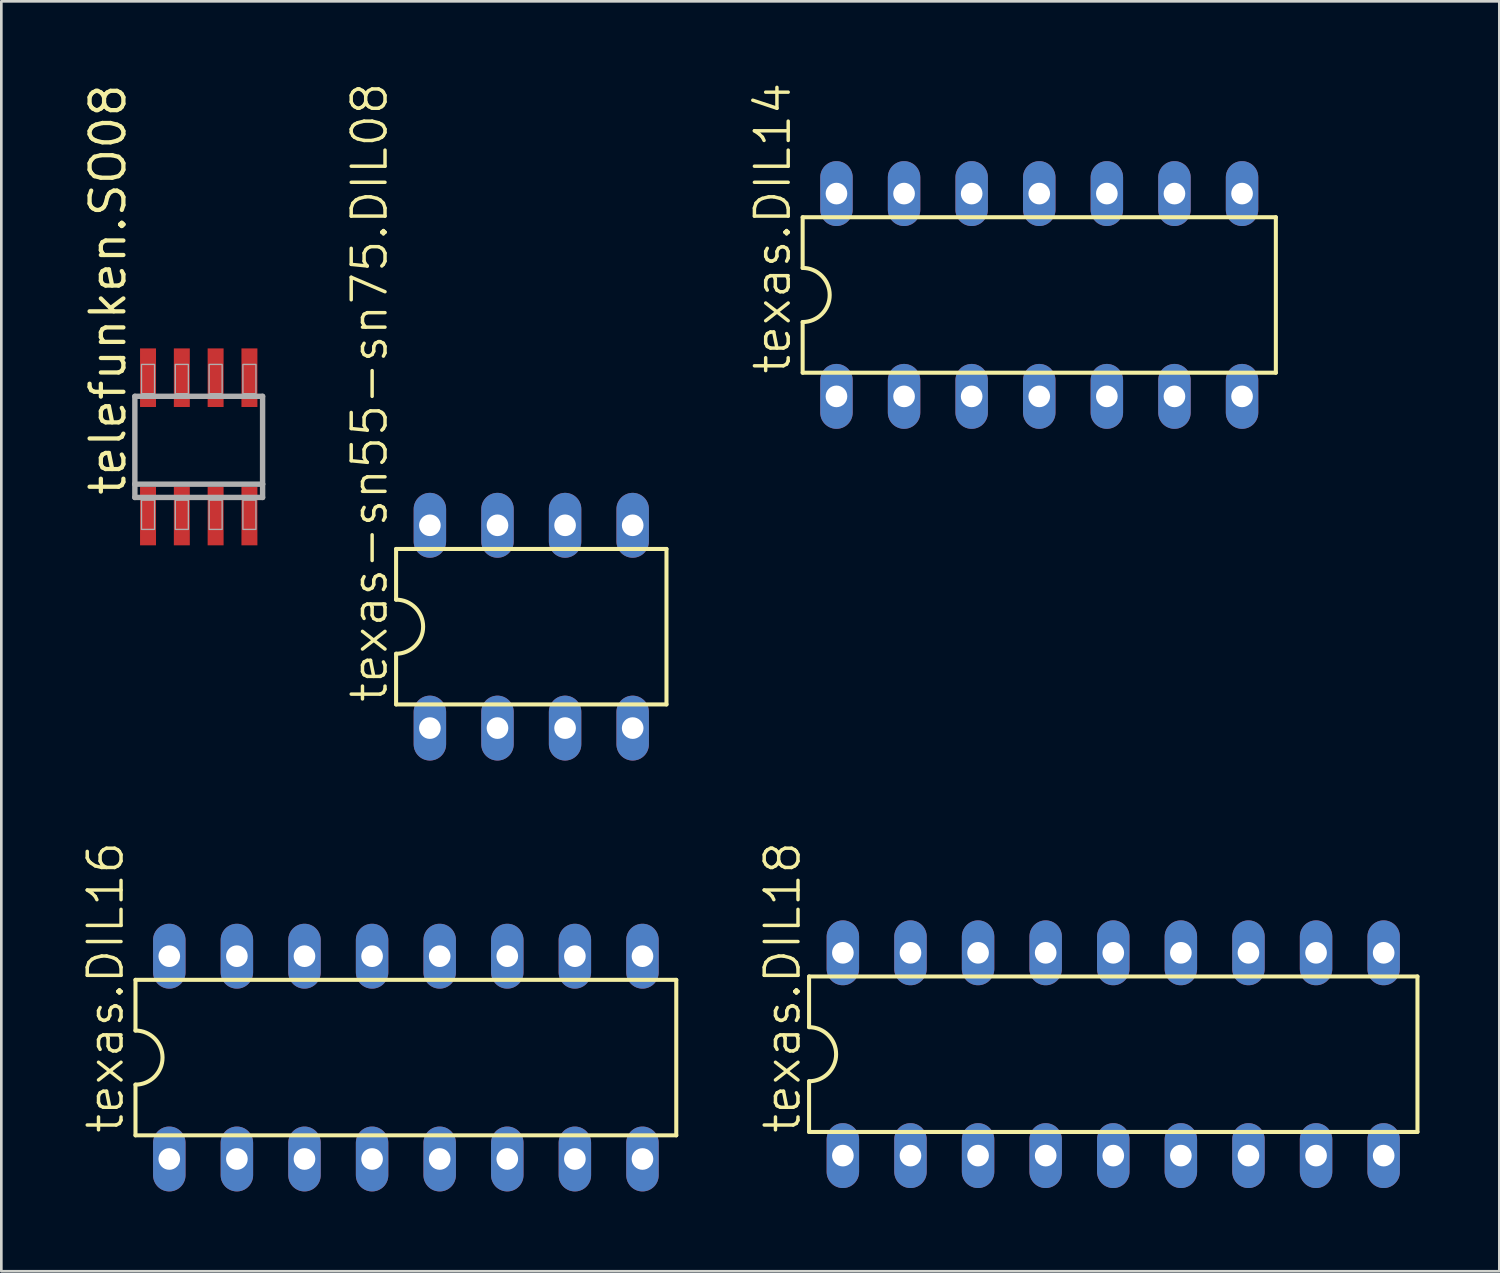
<source format=kicad_pcb>
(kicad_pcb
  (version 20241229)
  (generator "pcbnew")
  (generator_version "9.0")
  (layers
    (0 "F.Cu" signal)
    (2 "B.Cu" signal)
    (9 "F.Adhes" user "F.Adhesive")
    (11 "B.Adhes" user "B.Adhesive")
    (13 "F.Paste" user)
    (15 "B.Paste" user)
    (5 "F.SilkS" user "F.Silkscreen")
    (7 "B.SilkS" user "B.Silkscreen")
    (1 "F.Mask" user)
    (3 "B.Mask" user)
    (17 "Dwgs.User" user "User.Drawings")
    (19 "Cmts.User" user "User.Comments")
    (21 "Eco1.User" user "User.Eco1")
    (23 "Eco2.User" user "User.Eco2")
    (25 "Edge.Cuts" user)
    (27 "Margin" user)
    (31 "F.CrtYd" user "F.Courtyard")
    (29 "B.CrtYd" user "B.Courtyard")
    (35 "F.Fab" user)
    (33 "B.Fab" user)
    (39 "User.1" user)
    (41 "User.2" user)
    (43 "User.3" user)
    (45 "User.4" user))
  (footprint "texas-sn55-sn75.DIL08"
    (layer "F.Cu")
    (at 16.913 20.498)
    (property "Reference" "texas-sn55-sn75.DIL08" (at -5.334 2.921 90) (layer "F.SilkS") (effects (font (size 1.27 1.27) (thickness 0.13)) (justify left bottom)))
    (attr through_hole)
    (fp_line (start -5.08 -2.921) (end -5.08 -1.016) (stroke (width 0.152) (type default)) (layer "F.SilkS"))
    (fp_line (start -5.08 2.921) (end -5.08 1.016) (stroke (width 0.152) (type default)) (layer "F.SilkS"))
    (fp_line (start -5.08 2.921) (end 5.08 2.921) (stroke (width 0.152) (type default)) (layer "F.SilkS"))
    (fp_line (start 5.08 -2.921) (end -5.08 -2.921) (stroke (width 0.152) (type default)) (layer "F.SilkS"))
    (fp_line (start 5.08 -2.921) (end 5.08 2.921) (stroke (width 0.152) (type default)) (layer "F.SilkS"))
    (fp_arc (start -5.08 -1.016) (mid -4.064 0) (end -5.08 1.016) (stroke (width 0.1524) (type default)) (layer "F.SilkS"))
    (pad "1" thru_hole oval (at -3.81 3.81 90) (size 2.438 1.219) (drill 0.813) (layers "*.Cu" "*.Mask"))
    (pad "2" thru_hole oval (at -1.27 3.81 90) (size 2.438 1.219) (drill 0.813) (layers "*.Cu" "*.Mask"))
    (pad "3" thru_hole oval (at 1.27 3.81 90) (size 2.438 1.219) (drill 0.813) (layers "*.Cu" "*.Mask"))
    (pad "4" thru_hole oval (at 3.81 3.81 90) (size 2.438 1.219) (drill 0.813) (layers "*.Cu" "*.Mask"))
    (pad "5" thru_hole oval (at 3.81 -3.81 90) (size 2.438 1.219) (drill 0.813) (layers "*.Cu" "*.Mask"))
    (pad "6" thru_hole oval (at 1.27 -3.81 90) (size 2.438 1.219) (drill 0.813) (layers "*.Cu" "*.Mask"))
    (pad "7" thru_hole oval (at -1.27 -3.81 90) (size 2.438 1.219) (drill 0.813) (layers "*.Cu" "*.Mask"))
    (pad "8" thru_hole oval (at -3.81 -3.81 90) (size 2.438 1.219) (drill 0.813) (layers "*.Cu" "*.Mask")))
  (footprint "telefunken.SO08"
    (layer "F.Cu")
    (at 4.417 13.742)
    (property "Reference" "telefunken.SO08" (at -2.667 1.905 90) (layer "F.SilkS") (effects (font (size 1.27 1.27) (thickness 0.16)) (justify left bottom)))
    (attr smd)
    (fp_line (start -2.4 -1.9) (end 2.4 -1.9) (stroke (width 0.203) (type default)) (layer "F.Fab"))
    (fp_line (start -2.4 1.4) (end -2.4 -1.9) (stroke (width 0.203) (type default)) (layer "F.Fab"))
    (fp_line (start -2.4 1.9) (end -2.4 1.4) (stroke (width 0.203) (type default)) (layer "F.Fab"))
    (fp_line (start 2.4 -1.9) (end 2.4 1.4) (stroke (width 0.203) (type default)) (layer "F.Fab"))
    (fp_line (start 2.4 1.4) (end -2.4 1.4) (stroke (width 0.203) (type default)) (layer "F.Fab"))
    (fp_line (start 2.4 1.4) (end 2.4 1.9) (stroke (width 0.203) (type default)) (layer "F.Fab"))
    (fp_line (start 2.4 1.9) (end -2.4 1.9) (stroke (width 0.203) (type default)) (layer "F.Fab"))
    (fp_rect (start -2.15 -2) (end -1.66 -3.1) (stroke (width 0.05) (type default)) (fill no) (layer "F.Fab"))
    (fp_rect (start -2.15 3.1) (end -1.66 2) (stroke (width 0.05) (type default)) (fill no) (layer "F.Fab"))
    (fp_rect (start -0.88 -2) (end -0.39 -3.1) (stroke (width 0.05) (type default)) (fill no) (layer "F.Fab"))
    (fp_rect (start -0.88 3.1) (end -0.39 2) (stroke (width 0.05) (type default)) (fill no) (layer "F.Fab"))
    (fp_rect (start 0.39 -2) (end 0.88 -3.1) (stroke (width 0.05) (type default)) (fill no) (layer "F.Fab"))
    (fp_rect (start 0.39 3.1) (end 0.88 2) (stroke (width 0.05) (type default)) (fill no) (layer "F.Fab"))
    (fp_rect (start 1.66 -2) (end 2.15 -3.1) (stroke (width 0.05) (type default)) (fill no) (layer "F.Fab"))
    (fp_rect (start 1.66 3.1) (end 2.15 2) (stroke (width 0.05) (type default)) (fill no) (layer "F.Fab"))
    (pad "1" smd roundrect (at -1.905 2.6) (size 0.6 2.2) (layers "F.Cu" "F.Mask" "F.Paste") (roundrect_rratio 0.01))
    (pad "2" smd roundrect (at -0.635 2.6) (size 0.6 2.2) (layers "F.Cu" "F.Mask" "F.Paste") (roundrect_rratio 0.01))
    (pad "3" smd roundrect (at 0.635 2.6) (size 0.6 2.2) (layers "F.Cu" "F.Mask" "F.Paste") (roundrect_rratio 0.01))
    (pad "4" smd roundrect (at 1.905 2.6) (size 0.6 2.2) (layers "F.Cu" "F.Mask" "F.Paste") (roundrect_rratio 0.01))
    (pad "5" smd roundrect (at 1.905 -2.6) (size 0.6 2.2) (layers "F.Cu" "F.Mask" "F.Paste") (roundrect_rratio 0.01))
    (pad "6" smd roundrect (at 0.635 -2.6) (size 0.6 2.2) (layers "F.Cu" "F.Mask" "F.Paste") (roundrect_rratio 0.01))
    (pad "7" smd roundrect (at -0.635 -2.6) (size 0.6 2.2) (layers "F.Cu" "F.Mask" "F.Paste") (roundrect_rratio 0.01))
    (pad "8" smd roundrect (at -1.905 -2.6) (size 0.6 2.2) (layers "F.Cu" "F.Mask" "F.Paste") (roundrect_rratio 0.01)))
  (footprint "texas.DIL16"
    (layer "F.Cu")
    (at 12.201 36.689)
    (property "Reference" "texas.DIL16" (at -10.541 2.921 90) (layer "F.SilkS") (effects (font (size 1.27 1.27) (thickness 0.13)) (justify left bottom)))
    (attr through_hole)
    (fp_line (start -10.16 -2.921) (end -10.16 -1.016) (stroke (width 0.152) (type default)) (layer "F.SilkS"))
    (fp_line (start -10.16 2.921) (end -10.16 1.016) (stroke (width 0.152) (type default)) (layer "F.SilkS"))
    (fp_line (start -10.16 2.921) (end 10.16 2.921) (stroke (width 0.152) (type default)) (layer "F.SilkS"))
    (fp_line (start 10.16 -2.921) (end -10.16 -2.921) (stroke (width 0.152) (type default)) (layer "F.SilkS"))
    (fp_line (start 10.16 -2.921) (end 10.16 2.921) (stroke (width 0.152) (type default)) (layer "F.SilkS"))
    (fp_arc (start -10.16 -1.016) (mid -9.144 0) (end -10.16 1.016) (stroke (width 0.1524) (type default)) (layer "F.SilkS"))
    (pad "1" thru_hole oval (at -8.89 3.81 90) (size 2.438 1.219) (drill 0.813) (layers "*.Cu" "*.Mask"))
    (pad "2" thru_hole oval (at -6.35 3.81 90) (size 2.438 1.219) (drill 0.813) (layers "*.Cu" "*.Mask"))
    (pad "3" thru_hole oval (at -3.81 3.81 90) (size 2.438 1.219) (drill 0.813) (layers "*.Cu" "*.Mask"))
    (pad "4" thru_hole oval (at -1.27 3.81 90) (size 2.438 1.219) (drill 0.813) (layers "*.Cu" "*.Mask"))
    (pad "5" thru_hole oval (at 1.27 3.81 90) (size 2.438 1.219) (drill 0.813) (layers "*.Cu" "*.Mask"))
    (pad "6" thru_hole oval (at 3.81 3.81 90) (size 2.438 1.219) (drill 0.813) (layers "*.Cu" "*.Mask"))
    (pad "7" thru_hole oval (at 6.35 3.81 90) (size 2.438 1.219) (drill 0.813) (layers "*.Cu" "*.Mask"))
    (pad "8" thru_hole oval (at 8.89 3.81 90) (size 2.438 1.219) (drill 0.813) (layers "*.Cu" "*.Mask"))
    (pad "9" thru_hole oval (at 8.89 -3.81 90) (size 2.438 1.219) (drill 0.813) (layers "*.Cu" "*.Mask"))
    (pad "10" thru_hole oval (at 6.35 -3.81 90) (size 2.438 1.219) (drill 0.813) (layers "*.Cu" "*.Mask"))
    (pad "11" thru_hole oval (at 3.81 -3.81 90) (size 2.438 1.219) (drill 0.813) (layers "*.Cu" "*.Mask"))
    (pad "12" thru_hole oval (at 1.27 -3.81 90) (size 2.438 1.219) (drill 0.813) (layers "*.Cu" "*.Mask"))
    (pad "13" thru_hole oval (at -1.27 -3.81 90) (size 2.438 1.219) (drill 0.813) (layers "*.Cu" "*.Mask"))
    (pad "14" thru_hole oval (at -3.81 -3.81 90) (size 2.438 1.219) (drill 0.813) (layers "*.Cu" "*.Mask"))
    (pad "15" thru_hole oval (at -6.35 -3.81 90) (size 2.438 1.219) (drill 0.813) (layers "*.Cu" "*.Mask"))
    (pad "16" thru_hole oval (at -8.89 -3.81 90) (size 2.438 1.219) (drill 0.813) (layers "*.Cu" "*.Mask")))
  (footprint "texas.DIL14"
    (layer "F.Cu")
    (at 36 8.034)
    (property "Reference" "texas.DIL14" (at -9.271 3.048 90) (layer "F.SilkS") (effects (font (size 1.27 1.27) (thickness 0.13)) (justify left bottom)))
    (attr through_hole)
    (fp_line (start -8.89 -2.921) (end -8.89 -1.016) (stroke (width 0.152) (type default)) (layer "F.SilkS"))
    (fp_line (start -8.89 2.921) (end -8.89 1.016) (stroke (width 0.152) (type default)) (layer "F.SilkS"))
    (fp_line (start -8.89 2.921) (end 8.89 2.921) (stroke (width 0.152) (type default)) (layer "F.SilkS"))
    (fp_line (start 8.89 -2.921) (end -8.89 -2.921) (stroke (width 0.152) (type default)) (layer "F.SilkS"))
    (fp_line (start 8.89 -2.921) (end 8.89 2.921) (stroke (width 0.152) (type default)) (layer "F.SilkS"))
    (fp_arc (start -8.89 -1.016) (mid -7.874 0) (end -8.89 1.016) (stroke (width 0.1524) (type default)) (layer "F.SilkS"))
    (pad "1" thru_hole oval (at -7.62 3.81 90) (size 2.438 1.219) (drill 0.813) (layers "*.Cu" "*.Mask"))
    (pad "2" thru_hole oval (at -5.08 3.81 90) (size 2.438 1.219) (drill 0.813) (layers "*.Cu" "*.Mask"))
    (pad "3" thru_hole oval (at -2.54 3.81 90) (size 2.438 1.219) (drill 0.813) (layers "*.Cu" "*.Mask"))
    (pad "4" thru_hole oval (at 0 3.81 90) (size 2.438 1.219) (drill 0.813) (layers "*.Cu" "*.Mask"))
    (pad "5" thru_hole oval (at 2.54 3.81 90) (size 2.438 1.219) (drill 0.813) (layers "*.Cu" "*.Mask"))
    (pad "6" thru_hole oval (at 5.08 3.81 90) (size 2.438 1.219) (drill 0.813) (layers "*.Cu" "*.Mask"))
    (pad "7" thru_hole oval (at 7.62 3.81 90) (size 2.438 1.219) (drill 0.813) (layers "*.Cu" "*.Mask"))
    (pad "8" thru_hole oval (at 7.62 -3.81 90) (size 2.438 1.219) (drill 0.813) (layers "*.Cu" "*.Mask"))
    (pad "9" thru_hole oval (at 5.08 -3.81 90) (size 2.438 1.219) (drill 0.813) (layers "*.Cu" "*.Mask"))
    (pad "10" thru_hole oval (at 2.54 -3.81 90) (size 2.438 1.219) (drill 0.813) (layers "*.Cu" "*.Mask"))
    (pad "11" thru_hole oval (at 0 -3.81 90) (size 2.438 1.219) (drill 0.813) (layers "*.Cu" "*.Mask"))
    (pad "12" thru_hole oval (at -2.54 -3.81 90) (size 2.438 1.219) (drill 0.813) (layers "*.Cu" "*.Mask"))
    (pad "13" thru_hole oval (at -5.08 -3.81 90) (size 2.438 1.219) (drill 0.813) (layers "*.Cu" "*.Mask"))
    (pad "14" thru_hole oval (at -7.62 -3.81 90) (size 2.438 1.219) (drill 0.813) (layers "*.Cu" "*.Mask")))
  (footprint "texas.DIL18"
    (layer "F.Cu")
    (at 38.781 36.562)
    (property "Reference" "texas.DIL18" (at -11.684 3.048 90) (layer "F.SilkS") (effects (font (size 1.27 1.27) (thickness 0.13)) (justify left bottom)))
    (attr through_hole)
    (fp_line (start -11.43 -2.921) (end -11.43 -1.016) (stroke (width 0.152) (type default)) (layer "F.SilkS"))
    (fp_line (start -11.43 2.921) (end -11.43 1.016) (stroke (width 0.152) (type default)) (layer "F.SilkS"))
    (fp_line (start -11.43 2.921) (end 11.43 2.921) (stroke (width 0.152) (type default)) (layer "F.SilkS"))
    (fp_line (start 11.43 -2.921) (end -11.43 -2.921) (stroke (width 0.152) (type default)) (layer "F.SilkS"))
    (fp_line (start 11.43 -2.921) (end 11.43 2.921) (stroke (width 0.152) (type default)) (layer "F.SilkS"))
    (fp_arc (start -11.43 -1.016) (mid -10.414 0) (end -11.43 1.016) (stroke (width 0.1524) (type default)) (layer "F.SilkS"))
    (pad "1" thru_hole oval (at -10.16 3.81 90) (size 2.438 1.219) (drill 0.813) (layers "*.Cu" "*.Mask"))
    (pad "2" thru_hole oval (at -7.62 3.81 90) (size 2.438 1.219) (drill 0.813) (layers "*.Cu" "*.Mask"))
    (pad "3" thru_hole oval (at -5.08 3.81 90) (size 2.438 1.219) (drill 0.813) (layers "*.Cu" "*.Mask"))
    (pad "4" thru_hole oval (at -2.54 3.81 90) (size 2.438 1.219) (drill 0.813) (layers "*.Cu" "*.Mask"))
    (pad "5" thru_hole oval (at 0 3.81 90) (size 2.438 1.219) (drill 0.813) (layers "*.Cu" "*.Mask"))
    (pad "6" thru_hole oval (at 2.54 3.81 90) (size 2.438 1.219) (drill 0.813) (layers "*.Cu" "*.Mask"))
    (pad "7" thru_hole oval (at 5.08 3.81 90) (size 2.438 1.219) (drill 0.813) (layers "*.Cu" "*.Mask"))
    (pad "8" thru_hole oval (at 7.62 3.81 90) (size 2.438 1.219) (drill 0.813) (layers "*.Cu" "*.Mask"))
    (pad "9" thru_hole oval (at 10.16 3.81 90) (size 2.438 1.219) (drill 0.813) (layers "*.Cu" "*.Mask"))
    (pad "10" thru_hole oval (at 10.16 -3.81 90) (size 2.438 1.219) (drill 0.813) (layers "*.Cu" "*.Mask"))
    (pad "11" thru_hole oval (at 7.62 -3.81 90) (size 2.438 1.219) (drill 0.813) (layers "*.Cu" "*.Mask"))
    (pad "12" thru_hole oval (at 5.08 -3.81 90) (size 2.438 1.219) (drill 0.813) (layers "*.Cu" "*.Mask"))
    (pad "13" thru_hole oval (at 2.54 -3.81 90) (size 2.438 1.219) (drill 0.813) (layers "*.Cu" "*.Mask"))
    (pad "14" thru_hole oval (at 0 -3.81 90) (size 2.438 1.219) (drill 0.813) (layers "*.Cu" "*.Mask"))
    (pad "15" thru_hole oval (at -2.54 -3.81 90) (size 2.438 1.219) (drill 0.813) (layers "*.Cu" "*.Mask"))
    (pad "16" thru_hole oval (at -5.08 -3.81 90) (size 2.438 1.219) (drill 0.813) (layers "*.Cu" "*.Mask"))
    (pad "17" thru_hole oval (at -7.62 -3.81 90) (size 2.438 1.219) (drill 0.813) (layers "*.Cu" "*.Mask"))
    (pad "18" thru_hole oval (at -10.16 -3.81 90) (size 2.438 1.219) (drill 0.813) (layers "*.Cu" "*.Mask")))
  (gr_rect
    (start -3 -3)
    (end 53.287 44.718)
    (stroke (width 0.1) (type default))
    (fill no)
    (layer "Edge.Cuts")))
</source>
